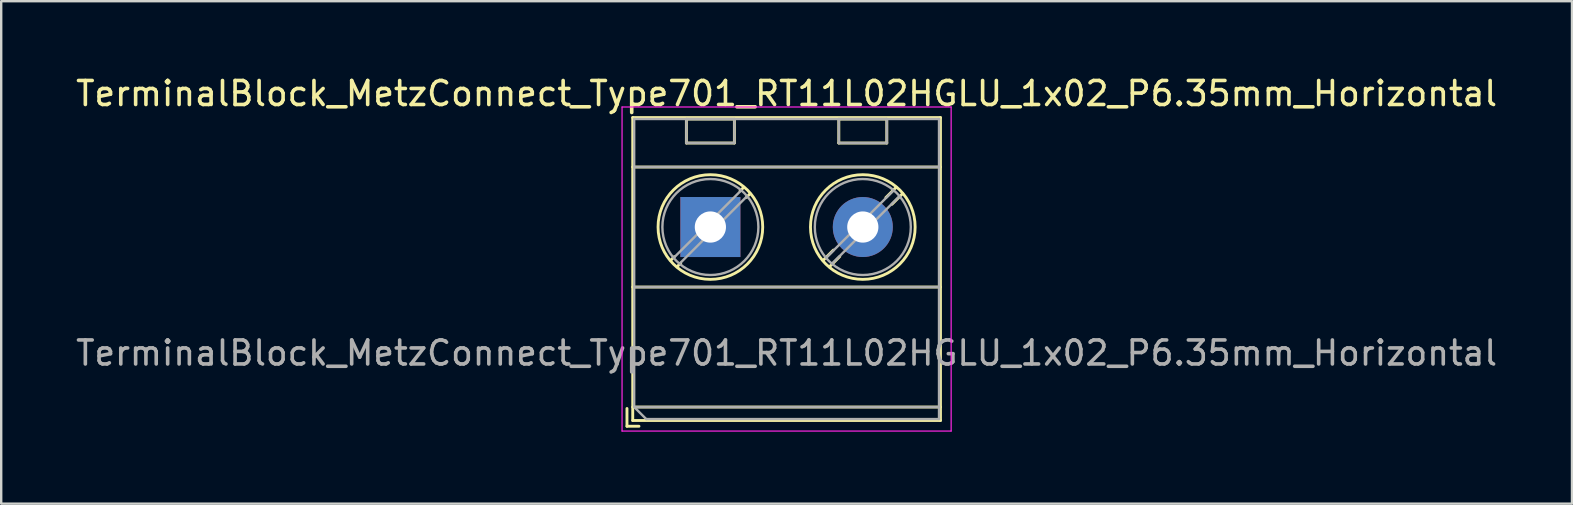
<source format=kicad_pcb>
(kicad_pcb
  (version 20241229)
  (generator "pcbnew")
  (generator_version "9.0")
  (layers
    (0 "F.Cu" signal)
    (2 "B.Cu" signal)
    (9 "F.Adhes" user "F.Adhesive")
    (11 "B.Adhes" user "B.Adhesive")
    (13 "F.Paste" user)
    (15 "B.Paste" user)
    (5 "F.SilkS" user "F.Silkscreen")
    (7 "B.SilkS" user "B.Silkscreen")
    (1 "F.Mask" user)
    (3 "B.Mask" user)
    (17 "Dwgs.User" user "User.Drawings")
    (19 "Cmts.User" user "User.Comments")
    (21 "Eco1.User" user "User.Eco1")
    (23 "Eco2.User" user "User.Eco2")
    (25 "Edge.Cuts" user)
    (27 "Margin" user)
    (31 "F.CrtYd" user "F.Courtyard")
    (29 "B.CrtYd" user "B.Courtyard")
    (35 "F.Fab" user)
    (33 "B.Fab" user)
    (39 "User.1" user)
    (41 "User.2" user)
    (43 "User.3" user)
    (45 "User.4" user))
  (footprint "TerminalBlock_MetzConnect_Type701_RT11L02HGLU_1x02_P6.35mm_Horizontal"
    (layer "F.Cu")
    (at 26.545 6.408)
    (property "Reference" "TerminalBlock_MetzConnect_Type701_RT11L02HGLU_1x02_P6.35mm_Horizontal" (at 3.175 -5.56 0) (layer "F.SilkS") (effects (font (size 1 1) (thickness 0.15))))
    (attr through_hole)
    (fp_line (start -3.475 7.56) (end -3.475 8.3) (stroke (width 0.12) (type solid)) (layer "F.SilkS"))
    (fp_line (start -3.475 8.3) (end -2.975 8.3) (stroke (width 0.12) (type solid)) (layer "F.SilkS"))
    (fp_line (start -3.235 -4.56) (end -3.235 8.06) (stroke (width 0.12) (type solid)) (layer "F.SilkS"))
    (fp_line (start -3.235 -4.56) (end 9.585 -4.56) (stroke (width 0.12) (type solid)) (layer "F.SilkS"))
    (fp_line (start -3.235 -2.5) (end 9.585 -2.5) (stroke (width 0.12) (type solid)) (layer "F.SilkS"))
    (fp_line (start -3.235 2.5) (end 9.585 2.5) (stroke (width 0.12) (type solid)) (layer "F.SilkS"))
    (fp_line (start -3.235 7.5) (end 9.585 7.5) (stroke (width 0.12) (type solid)) (layer "F.SilkS"))
    (fp_line (start -3.235 8.06) (end 9.585 8.06) (stroke (width 0.12) (type solid)) (layer "F.SilkS"))
    (fp_line (start -1.502 1.235) (end -1.654 1.388) (stroke (width 0.12) (type solid)) (layer "F.SilkS"))
    (fp_line (start -1.236 1.502) (end -1.388 1.654) (stroke (width 0.12) (type solid)) (layer "F.SilkS"))
    (fp_line (start -1 -4.5) (end -1 -3.5) (stroke (width 0.12) (type solid)) (layer "F.SilkS"))
    (fp_line (start -1 -4.5) (end 1 -4.5) (stroke (width 0.12) (type solid)) (layer "F.SilkS"))
    (fp_line (start -1 -3.5) (end 1 -3.5) (stroke (width 0.12) (type solid)) (layer "F.SilkS"))
    (fp_line (start 1 -4.5) (end 1 -3.5) (stroke (width 0.12) (type solid)) (layer "F.SilkS"))
    (fp_line (start 1.388 -1.654) (end 1.236 -1.502) (stroke (width 0.12) (type solid)) (layer "F.SilkS"))
    (fp_line (start 1.654 -1.388) (end 1.502 -1.236) (stroke (width 0.12) (type solid)) (layer "F.SilkS"))
    (fp_line (start 5.123 0.962) (end 4.697 1.388) (stroke (width 0.12) (type solid)) (layer "F.SilkS"))
    (fp_line (start 5.35 -4.5) (end 5.35 -3.5) (stroke (width 0.12) (type solid)) (layer "F.SilkS"))
    (fp_line (start 5.35 -4.5) (end 7.35 -4.5) (stroke (width 0.12) (type solid)) (layer "F.SilkS"))
    (fp_line (start 5.35 -3.5) (end 7.35 -3.5) (stroke (width 0.12) (type solid)) (layer "F.SilkS"))
    (fp_line (start 5.389 1.228) (end 4.963 1.654) (stroke (width 0.12) (type solid)) (layer "F.SilkS"))
    (fp_line (start 7.35 -4.5) (end 7.35 -3.5) (stroke (width 0.12) (type solid)) (layer "F.SilkS"))
    (fp_line (start 7.738 -1.654) (end 7.312 -1.228) (stroke (width 0.12) (type solid)) (layer "F.SilkS"))
    (fp_line (start 8.004 -1.388) (end 7.563 -0.947) (stroke (width 0.12) (type solid)) (layer "F.SilkS"))
    (fp_line (start 9.585 -4.56) (end 9.585 8.06) (stroke (width 0.12) (type solid)) (layer "F.SilkS"))
    (fp_circle (center 0 0) (end 2.18 0) (stroke (width 0.12) (type solid)) (fill no) (layer "F.SilkS"))
    (fp_circle (center 6.35 0) (end 8.53 0) (stroke (width 0.12) (type solid)) (fill no) (layer "F.SilkS"))
    (fp_line (start -3.68 -5) (end -3.68 8.5) (stroke (width 0.05) (type solid)) (layer "F.CrtYd"))
    (fp_line (start -3.68 8.5) (end 10.03 8.5) (stroke (width 0.05) (type solid)) (layer "F.CrtYd"))
    (fp_line (start 10.03 -5) (end -3.68 -5) (stroke (width 0.05) (type solid)) (layer "F.CrtYd"))
    (fp_line (start 10.03 8.5) (end 10.03 -5) (stroke (width 0.05) (type solid)) (layer "F.CrtYd"))
    (fp_line (start -3.175 -4.5) (end 9.525 -4.5) (stroke (width 0.1) (type solid)) (layer "F.Fab"))
    (fp_line (start -3.175 -2.5) (end 9.525 -2.5) (stroke (width 0.1) (type solid)) (layer "F.Fab"))
    (fp_line (start -3.175 2.5) (end 9.525 2.5) (stroke (width 0.1) (type solid)) (layer "F.Fab"))
    (fp_line (start -3.175 7.5) (end -3.175 -4.5) (stroke (width 0.1) (type solid)) (layer "F.Fab"))
    (fp_line (start -3.175 7.5) (end 9.525 7.5) (stroke (width 0.1) (type solid)) (layer "F.Fab"))
    (fp_line (start -2.675 8) (end -3.175 7.5) (stroke (width 0.1) (type solid)) (layer "F.Fab"))
    (fp_line (start -1 -4.5) (end -1 -3.5) (stroke (width 0.1) (type solid)) (layer "F.Fab"))
    (fp_line (start -1 -3.5) (end 1 -3.5) (stroke (width 0.1) (type solid)) (layer "F.Fab"))
    (fp_line (start 1 -4.5) (end -1 -4.5) (stroke (width 0.1) (type solid)) (layer "F.Fab"))
    (fp_line (start 1 -3.5) (end 1 -4.5) (stroke (width 0.1) (type solid)) (layer "F.Fab"))
    (fp_line (start 1.273 -1.517) (end -1.517 1.273) (stroke (width 0.1) (type solid)) (layer "F.Fab"))
    (fp_line (start 1.517 -1.273) (end -1.273 1.517) (stroke (width 0.1) (type solid)) (layer "F.Fab"))
    (fp_line (start 5.35 -4.5) (end 5.35 -3.5) (stroke (width 0.1) (type solid)) (layer "F.Fab"))
    (fp_line (start 5.35 -3.5) (end 7.35 -3.5) (stroke (width 0.1) (type solid)) (layer "F.Fab"))
    (fp_line (start 7.35 -4.5) (end 5.35 -4.5) (stroke (width 0.1) (type solid)) (layer "F.Fab"))
    (fp_line (start 7.35 -3.5) (end 7.35 -4.5) (stroke (width 0.1) (type solid)) (layer "F.Fab"))
    (fp_line (start 7.623 -1.517) (end 4.834 1.273) (stroke (width 0.1) (type solid)) (layer "F.Fab"))
    (fp_line (start 7.867 -1.273) (end 5.078 1.517) (stroke (width 0.1) (type solid)) (layer "F.Fab"))
    (fp_line (start 9.525 -4.5) (end 9.525 8) (stroke (width 0.1) (type solid)) (layer "F.Fab"))
    (fp_line (start 9.525 8) (end -2.675 8) (stroke (width 0.1) (type solid)) (layer "F.Fab"))
    (fp_circle (center 0 0) (end 2 0) (stroke (width 0.1) (type solid)) (fill no) (layer "F.Fab"))
    (fp_circle (center 6.35 0) (end 8.35 0) (stroke (width 0.1) (type solid)) (fill no) (layer "F.Fab"))
    (fp_text user "${REFERENCE}" (at 3.175 5.25 0) (layer "F.Fab") (effects (font (size 1 1) (thickness 0.15))))
    (pad "1" thru_hole rect (at 0 0) (size 2.5 2.5) (drill 1.3) (layers "*.Cu" "*.Mask"))
    (pad "2" thru_hole circle (at 6.35 0) (size 2.5 2.5) (drill 1.3) (layers "*.Cu" "*.Mask")))
  (gr_rect
    (start -3 -3)
    (end 62.44 17.933)
    (stroke (width 0.1) (type default))
    (fill no)
    (layer "Edge.Cuts")))
</source>
